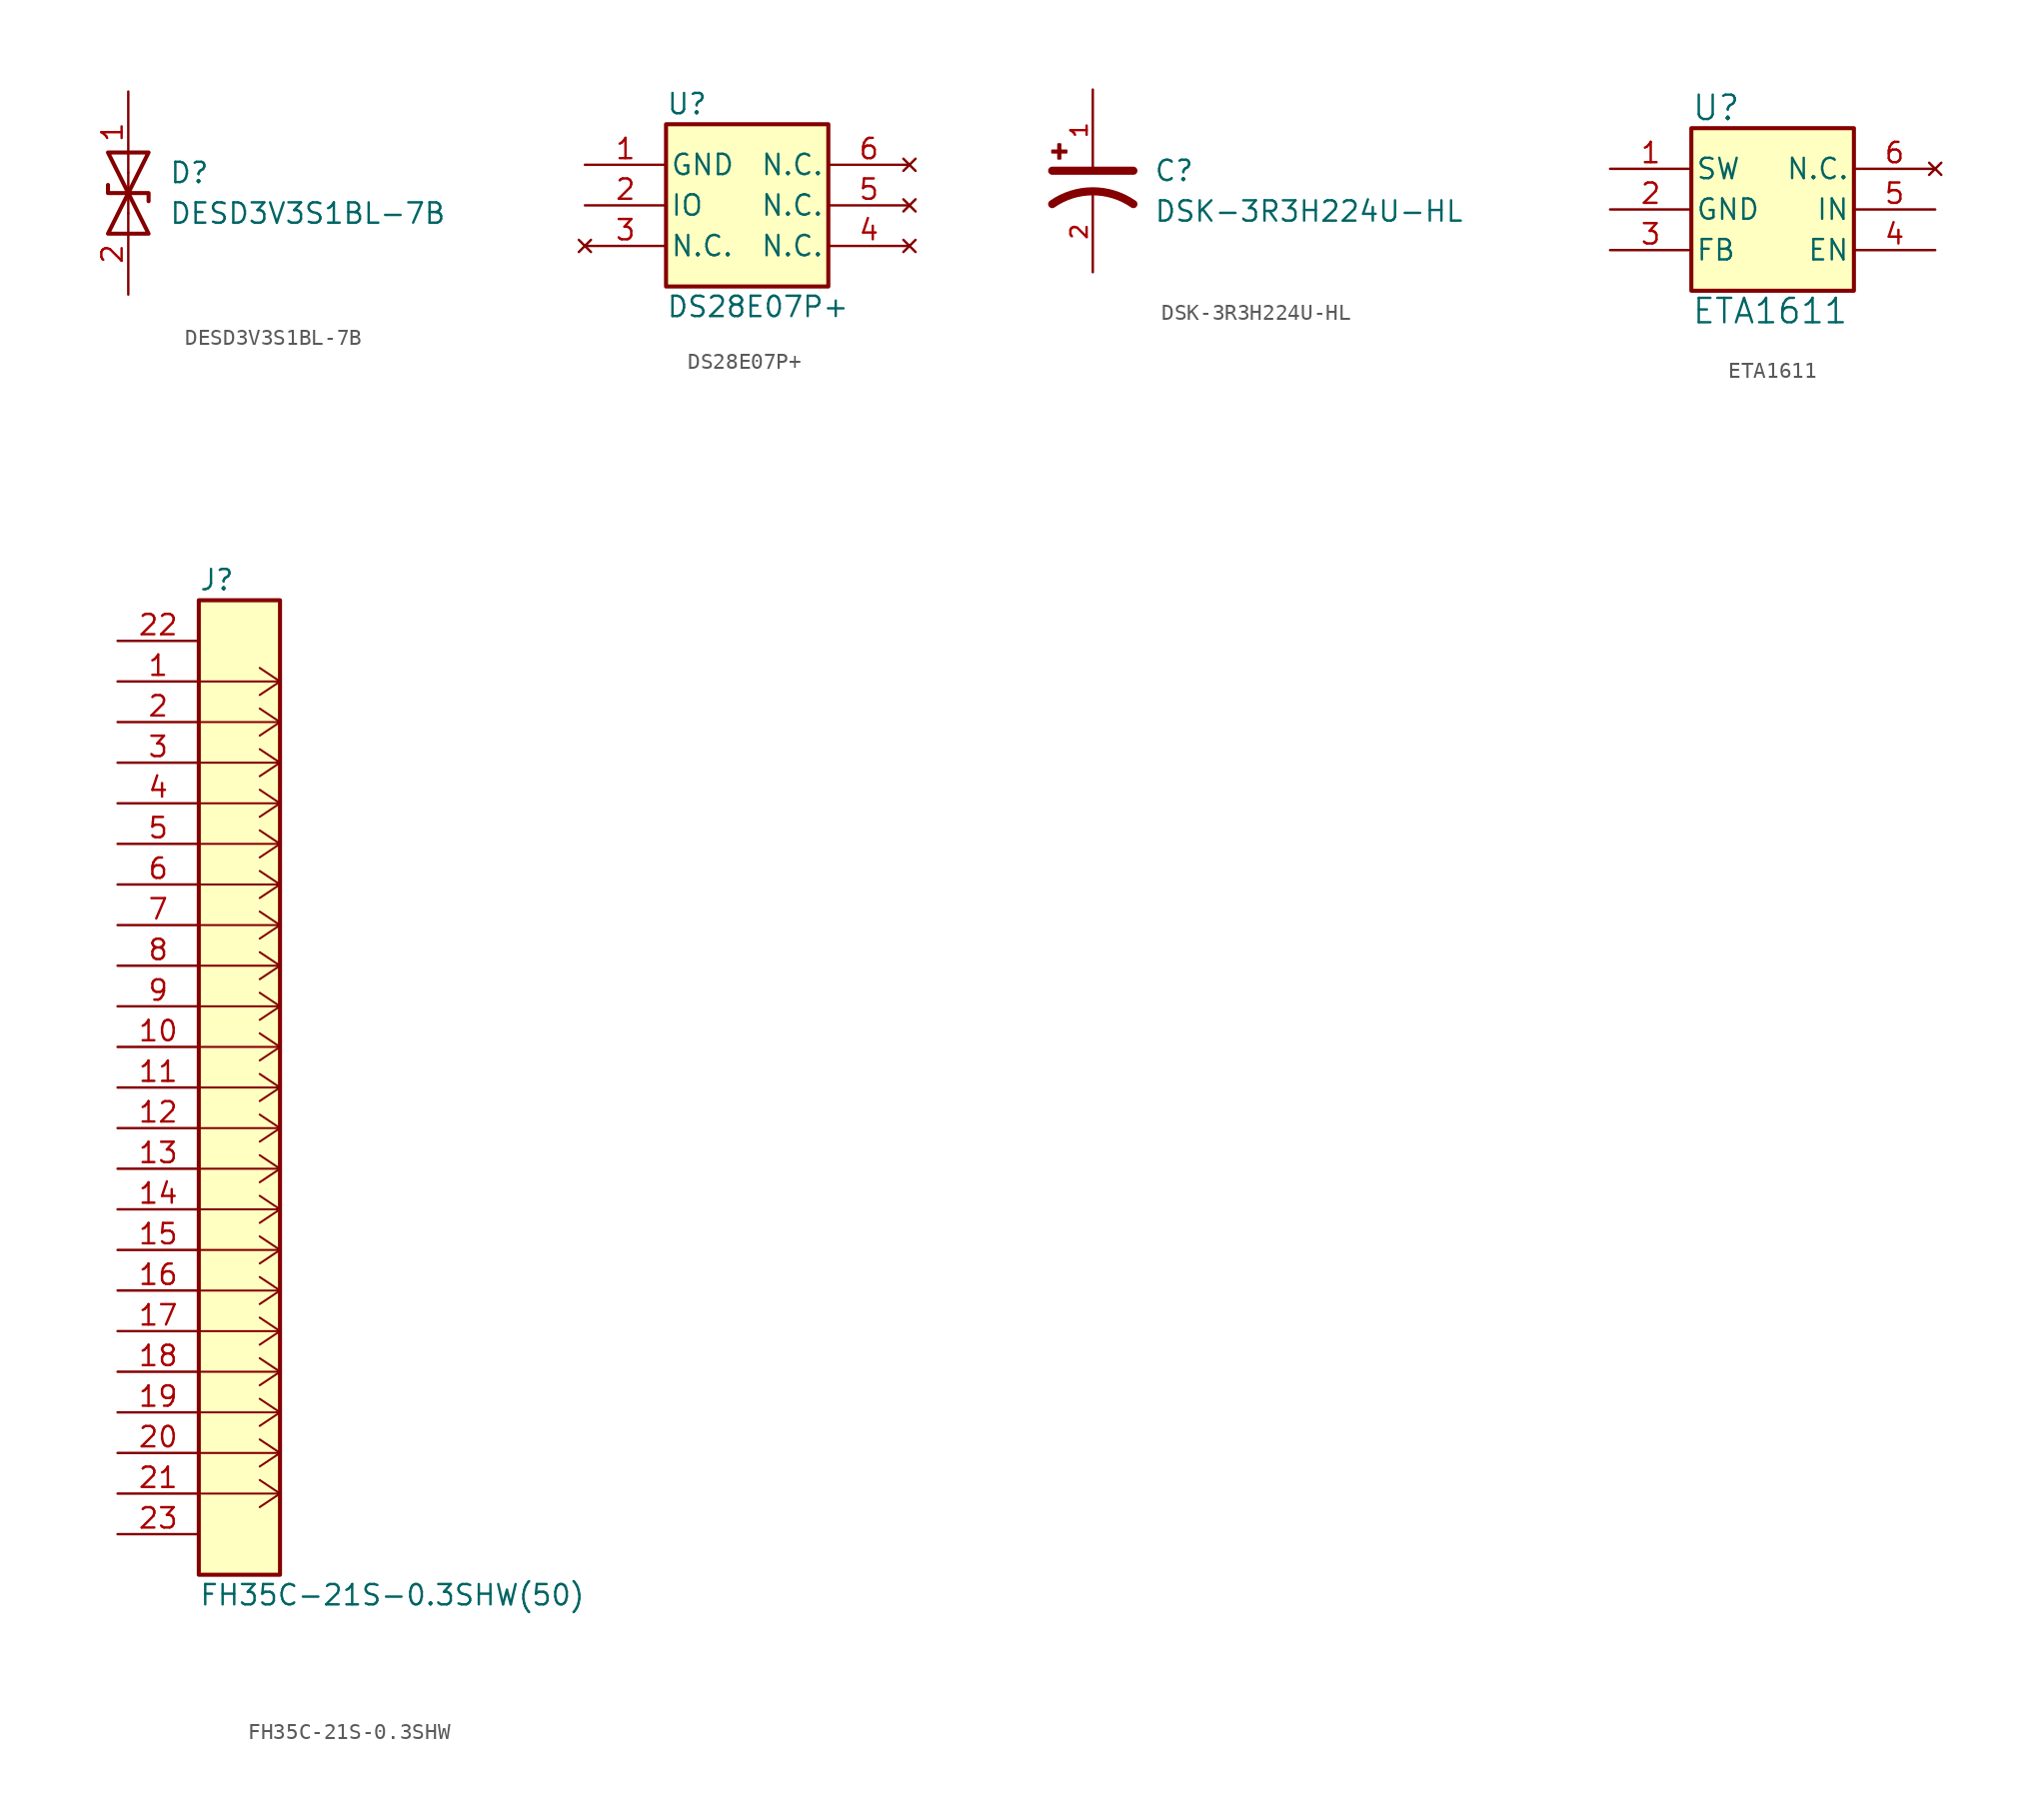
<source format=kicad_sym>
(kicad_symbol_lib
  (version 20231120)
  (generator "kicad_symbol_editor")
  (generator_version "8.0")
  (symbol "DESD3V3S1BL-7B"
    (pin_names
      (offset 0.254))
    (property "Reference" "D"
      (at 2.54 1.27 0)
      (do_not_autoplace)
      (effects (font (size 1.27 1.27)) (justify left)))
    (property "Value" "DESD3V3S1BL-7B"
      (at 2.54 -1.27 0)
      (do_not_autoplace)
      (effects (font (size 1.27 1.27)) (justify left)))
    (symbol "DESD3V3S1BL-7B_0_1"
      (polyline (pts (xy 0 -1.27) (xy 0 1.27)) (stroke (width 0) (type default)) (fill (type none)))
      (polyline (pts (xy 1.27 -0.508) (xy 1.27 0) (xy -1.27 0) (xy -1.27 0.508)) (stroke (width 0.254) (type default)) (fill (type none)))
      (polyline (pts (xy 1.27 2.54) (xy -1.27 2.54) (xy 1.27 -2.54) (xy -1.27 -2.54) (xy 1.27 2.54)) (stroke (width 0.254) (type default)) (fill (type none))))
    (symbol "DESD3V3S1BL-7B_1_1"
      (pin unspecified line (at 0 6.35 270) (length 5.08) (name "~" (effects (font (size 1.27 1.27)))) (number "1" (effects (font (size 1.27 1.27)))))
      (pin unspecified line (at 0 -6.35 90) (length 5.08) (name "~" (effects (font (size 1.27 1.27)))) (number "2" (effects (font (size 1.27 1.27)))))))
  (symbol "DS28E07P+"
    (pin_names
      (offset 0.254))
    (property "Reference" "U"
      (at 0 1.27 0)
      (do_not_autoplace)
      (effects (font (size 1.27 1.27)) (justify left)))
    (property "Value" "DS28E07P+"
      (at 0 -11.43 0)
      (do_not_autoplace)
      (effects (font (size 1.27 1.27)) (justify left)))
    (symbol "DS28E07P+_0_1"
      (rectangle (start 0 0) (end 10.16 -10.16) (stroke (width 0.254) (type default)) (fill (type background))))
    (symbol "DS28E07P+_1_1"
      (pin unspecified line (at -5.08 -2.54 0) (length 5.08) (name "GND" (effects (font (size 1.27 1.27)))) (number "1" (effects (font (size 1.27 1.27)))))
      (pin unspecified line (at -5.08 -5.08 0) (length 5.08) (name "IO" (effects (font (size 1.27 1.27)))) (number "2" (effects (font (size 1.27 1.27)))))
      (pin no_connect line (at -5.08 -7.62 0) (length 5.08) (name "N.C." (effects (font (size 1.27 1.27)))) (number "3" (effects (font (size 1.27 1.27)))))
      (pin no_connect line (at 15.24 -7.62 180) (length 5.08) (name "N.C." (effects (font (size 1.27 1.27)))) (number "4" (effects (font (size 1.27 1.27)))))
      (pin no_connect line (at 15.24 -5.08 180) (length 5.08) (name "N.C." (effects (font (size 1.27 1.27)))) (number "5" (effects (font (size 1.27 1.27)))))
      (pin no_connect line (at 15.24 -2.54 180) (length 5.08) (name "N.C." (effects (font (size 1.27 1.27)))) (number "6" (effects (font (size 1.27 1.27)))))))
  (symbol "DSK-3R3H224U-HL"
    (pin_names
      (offset 1.016))
    (property "Reference" "C"
      (at 3.81 1.27 0)
      (effects (font (size 1.27 1.27)) (justify left)))
    (property "Value" "DSK-3R3H224U-HL"
      (at 3.81 -1.27 0)
      (effects (font (size 1.27 1.27)) (justify left)))
    (symbol "DSK-3R3H224U-HL_0_0"
      (rectangle (start -2.54 2.54) (end -1.647 2.406) (stroke (width 0.127) (type default)) (fill (type outline)))
      (rectangle (start -2.163 2.935) (end -2.028 2.025) (stroke (width 0.127) (type default)) (fill (type outline))))
    (symbol "DSK-3R3H224U-HL_0_1"
      (polyline (pts (xy -2.54 1.27) (xy 2.54 1.27)) (stroke (width 0.508) (type default)) (fill (type none))))
    (symbol "DSK-3R3H224U-HL_1_0"
      (arc (start 2.54 -0.8177) (mid 0 -0.0168) (end -2.54 -0.8177) (stroke (width 0.508) (type default)) (fill (type none)))
      (pin passive line (at 0 6.35 270) (length 5.08) (name "~" (effects (font (size 1.016 1.016)))) (number "1" (effects (font (size 1.016 1.016)))))
      (pin passive line (at 0 -5.08 90) (length 5.08) (name "~" (effects (font (size 1.016 1.016)))) (number "2" (effects (font (size 1.016 1.016)))))))
  (symbol "ETA1611"
    (pin_names
      (offset 0.254))
    (property "Reference" "U"
      (at 0 1.27 0)
      (do_not_autoplace)
      (effects (font (size 1.524 1.524)) (justify left)))
    (property "Value" "ETA1611"
      (at 0 -11.43 0)
      (do_not_autoplace)
      (effects (font (size 1.524 1.524)) (justify left)))
    (symbol "ETA1611_0_1"
      (rectangle (start 0 0) (end 10.16 -10.16) (stroke (width 0.254) (type default)) (fill (type background))))
    (symbol "ETA1611_1_1"
      (pin unspecified line (at -5.08 -2.54 0) (length 5.08) (name "SW" (effects (font (size 1.27 1.27)))) (number "1" (effects (font (size 1.27 1.27)))))
      (pin unspecified line (at -5.08 -5.08 0) (length 5.08) (name "GND" (effects (font (size 1.27 1.27)))) (number "2" (effects (font (size 1.27 1.27)))))
      (pin unspecified line (at -5.08 -7.62 0) (length 5.08) (name "FB" (effects (font (size 1.27 1.27)))) (number "3" (effects (font (size 1.27 1.27)))))
      (pin unspecified line (at 15.24 -7.62 180) (length 5.08) (name "EN" (effects (font (size 1.27 1.27)))) (number "4" (effects (font (size 1.27 1.27)))))
      (pin unspecified line (at 15.24 -5.08 180) (length 5.08) (name "IN" (effects (font (size 1.27 1.27)))) (number "5" (effects (font (size 1.27 1.27)))))
      (pin no_connect line (at 15.24 -2.54 180) (length 5.08) (name "N.C." (effects (font (size 1.27 1.27)))) (number "6" (effects (font (size 1.27 1.27)))))))
  (symbol "FH35C-21S-0.3SHW"
    (property "Reference" "J"
      (at 0 1.27 0)
      (do_not_autoplace)
      (effects (font (size 1.27 1.27)) (justify left)))
    (property "Value" "FH35C-21S-0.3SHW(50)"
      (at 0 -62.23 0)
      (do_not_autoplace)
      (effects (font (size 1.27 1.27)) (justify left)))
    (symbol "FH35C-21S-0.3SHW_0_1"
      (rectangle (start 0 0) (end 5.08 -60.96) (stroke (width 0.254) (type default)) (fill (type background))))
    (symbol "FH35C-21S-0.3SHW_1_1"
      (polyline (pts (xy 5.08 -55.88) (xy 0 -55.88)) (stroke (width 0.127) (type default)) (fill (type none)))
      (polyline (pts (xy 5.08 -55.88) (xy 3.81 -56.727)) (stroke (width 0.127) (type default)) (fill (type none)))
      (polyline (pts (xy 5.08 -55.88) (xy 3.81 -55.033)) (stroke (width 0.127) (type default)) (fill (type none)))
      (polyline (pts (xy 5.08 -53.34) (xy 0 -53.34)) (stroke (width 0.127) (type default)) (fill (type none)))
      (polyline (pts (xy 5.08 -53.34) (xy 3.81 -54.187)) (stroke (width 0.127) (type default)) (fill (type none)))
      (polyline (pts (xy 5.08 -53.34) (xy 3.81 -52.493)) (stroke (width 0.127) (type default)) (fill (type none)))
      (polyline (pts (xy 5.08 -50.8) (xy 0 -50.8)) (stroke (width 0.127) (type default)) (fill (type none)))
      (polyline (pts (xy 5.08 -50.8) (xy 3.81 -51.647)) (stroke (width 0.127) (type default)) (fill (type none)))
      (polyline (pts (xy 5.08 -50.8) (xy 3.81 -49.953)) (stroke (width 0.127) (type default)) (fill (type none)))
      (polyline (pts (xy 5.08 -48.26) (xy 0 -48.26)) (stroke (width 0.127) (type default)) (fill (type none)))
      (polyline (pts (xy 5.08 -48.26) (xy 3.81 -49.107)) (stroke (width 0.127) (type default)) (fill (type none)))
      (polyline (pts (xy 5.08 -48.26) (xy 3.81 -47.413)) (stroke (width 0.127) (type default)) (fill (type none)))
      (polyline (pts (xy 5.08 -45.72) (xy 0 -45.72)) (stroke (width 0.127) (type default)) (fill (type none)))
      (polyline (pts (xy 5.08 -45.72) (xy 3.81 -46.567)) (stroke (width 0.127) (type default)) (fill (type none)))
      (polyline (pts (xy 5.08 -45.72) (xy 3.81 -44.873)) (stroke (width 0.127) (type default)) (fill (type none)))
      (polyline (pts (xy 5.08 -43.18) (xy 0 -43.18)) (stroke (width 0.127) (type default)) (fill (type none)))
      (polyline (pts (xy 5.08 -43.18) (xy 3.81 -44.027)) (stroke (width 0.127) (type default)) (fill (type none)))
      (polyline (pts (xy 5.08 -43.18) (xy 3.81 -42.333)) (stroke (width 0.127) (type default)) (fill (type none)))
      (polyline (pts (xy 5.08 -40.64) (xy 0 -40.64)) (stroke (width 0.127) (type default)) (fill (type none)))
      (polyline (pts (xy 5.08 -40.64) (xy 3.81 -41.487)) (stroke (width 0.127) (type default)) (fill (type none)))
      (polyline (pts (xy 5.08 -40.64) (xy 3.81 -39.793)) (stroke (width 0.127) (type default)) (fill (type none)))
      (polyline (pts (xy 5.08 -38.1) (xy 0 -38.1)) (stroke (width 0.127) (type default)) (fill (type none)))
      (polyline (pts (xy 5.08 -38.1) (xy 3.81 -38.947)) (stroke (width 0.127) (type default)) (fill (type none)))
      (polyline (pts (xy 5.08 -38.1) (xy 3.81 -37.253)) (stroke (width 0.127) (type default)) (fill (type none)))
      (polyline (pts (xy 5.08 -35.56) (xy 0 -35.56)) (stroke (width 0.127) (type default)) (fill (type none)))
      (polyline (pts (xy 5.08 -35.56) (xy 3.81 -36.407)) (stroke (width 0.127) (type default)) (fill (type none)))
      (polyline (pts (xy 5.08 -35.56) (xy 3.81 -34.713)) (stroke (width 0.127) (type default)) (fill (type none)))
      (polyline (pts (xy 5.08 -33.02) (xy 0 -33.02)) (stroke (width 0.127) (type default)) (fill (type none)))
      (polyline (pts (xy 5.08 -33.02) (xy 3.81 -33.867)) (stroke (width 0.127) (type default)) (fill (type none)))
      (polyline (pts (xy 5.08 -33.02) (xy 3.81 -32.173)) (stroke (width 0.127) (type default)) (fill (type none)))
      (polyline (pts (xy 5.08 -30.48) (xy 0 -30.48)) (stroke (width 0.127) (type default)) (fill (type none)))
      (polyline (pts (xy 5.08 -30.48) (xy 3.81 -31.327)) (stroke (width 0.127) (type default)) (fill (type none)))
      (polyline (pts (xy 5.08 -30.48) (xy 3.81 -29.633)) (stroke (width 0.127) (type default)) (fill (type none)))
      (polyline (pts (xy 5.08 -27.94) (xy 0 -27.94)) (stroke (width 0.127) (type default)) (fill (type none)))
      (polyline (pts (xy 5.08 -27.94) (xy 3.81 -28.787)) (stroke (width 0.127) (type default)) (fill (type none)))
      (polyline (pts (xy 5.08 -27.94) (xy 3.81 -27.093)) (stroke (width 0.127) (type default)) (fill (type none)))
      (polyline (pts (xy 5.08 -25.4) (xy 0 -25.4)) (stroke (width 0.127) (type default)) (fill (type none)))
      (polyline (pts (xy 5.08 -25.4) (xy 3.81 -26.247)) (stroke (width 0.127) (type default)) (fill (type none)))
      (polyline (pts (xy 5.08 -25.4) (xy 3.81 -24.553)) (stroke (width 0.127) (type default)) (fill (type none)))
      (polyline (pts (xy 5.08 -22.86) (xy 0 -22.86)) (stroke (width 0.127) (type default)) (fill (type none)))
      (polyline (pts (xy 5.08 -22.86) (xy 3.81 -23.707)) (stroke (width 0.127) (type default)) (fill (type none)))
      (polyline (pts (xy 5.08 -22.86) (xy 3.81 -22.013)) (stroke (width 0.127) (type default)) (fill (type none)))
      (polyline (pts (xy 5.08 -20.32) (xy 0 -20.32)) (stroke (width 0.127) (type default)) (fill (type none)))
      (polyline (pts (xy 5.08 -20.32) (xy 3.81 -21.167)) (stroke (width 0.127) (type default)) (fill (type none)))
      (polyline (pts (xy 5.08 -20.32) (xy 3.81 -19.473)) (stroke (width 0.127) (type default)) (fill (type none)))
      (polyline (pts (xy 5.08 -17.78) (xy 0 -17.78)) (stroke (width 0.127) (type default)) (fill (type none)))
      (polyline (pts (xy 5.08 -17.78) (xy 3.81 -18.627)) (stroke (width 0.127) (type default)) (fill (type none)))
      (polyline (pts (xy 5.08 -17.78) (xy 3.81 -16.933)) (stroke (width 0.127) (type default)) (fill (type none)))
      (polyline (pts (xy 5.08 -15.24) (xy 0 -15.24)) (stroke (width 0.127) (type default)) (fill (type none)))
      (polyline (pts (xy 5.08 -15.24) (xy 3.81 -16.087)) (stroke (width 0.127) (type default)) (fill (type none)))
      (polyline (pts (xy 5.08 -15.24) (xy 3.81 -14.393)) (stroke (width 0.127) (type default)) (fill (type none)))
      (polyline (pts (xy 5.08 -12.7) (xy 0 -12.7)) (stroke (width 0.127) (type default)) (fill (type none)))
      (polyline (pts (xy 5.08 -12.7) (xy 3.81 -13.547)) (stroke (width 0.127) (type default)) (fill (type none)))
      (polyline (pts (xy 5.08 -12.7) (xy 3.81 -11.853)) (stroke (width 0.127) (type default)) (fill (type none)))
      (polyline (pts (xy 5.08 -10.16) (xy 0 -10.16)) (stroke (width 0.127) (type default)) (fill (type none)))
      (polyline (pts (xy 5.08 -10.16) (xy 3.81 -11.007)) (stroke (width 0.127) (type default)) (fill (type none)))
      (polyline (pts (xy 5.08 -10.16) (xy 3.81 -9.313)) (stroke (width 0.127) (type default)) (fill (type none)))
      (polyline (pts (xy 5.08 -7.62) (xy 0 -7.62)) (stroke (width 0.127) (type default)) (fill (type none)))
      (polyline (pts (xy 5.08 -7.62) (xy 3.81 -8.467)) (stroke (width 0.127) (type default)) (fill (type none)))
      (polyline (pts (xy 5.08 -7.62) (xy 3.81 -6.773)) (stroke (width 0.127) (type default)) (fill (type none)))
      (polyline (pts (xy 5.08 -5.08) (xy 0 -5.08)) (stroke (width 0.127) (type default)) (fill (type none)))
      (polyline (pts (xy 5.08 -5.08) (xy 3.81 -5.927)) (stroke (width 0.127) (type default)) (fill (type none)))
      (polyline (pts (xy 5.08 -5.08) (xy 3.81 -4.233)) (stroke (width 0.127) (type default)) (fill (type none)))
      (pin unspecified line (at -5.08 -5.08 0) (length 5.08) (name "" (effects (font (size 1.27 1.27)))) (number "1" (effects (font (size 1.27 1.27)))))
      (pin unspecified line (at -5.08 -27.94 0) (length 5.08) (name "" (effects (font (size 1.27 1.27)))) (number "10" (effects (font (size 1.27 1.27)))))
      (pin unspecified line (at -5.08 -30.48 0) (length 5.08) (name "" (effects (font (size 1.27 1.27)))) (number "11" (effects (font (size 1.27 1.27)))))
      (pin unspecified line (at -5.08 -33.02 0) (length 5.08) (name "" (effects (font (size 1.27 1.27)))) (number "12" (effects (font (size 1.27 1.27)))))
      (pin unspecified line (at -5.08 -35.56 0) (length 5.08) (name "" (effects (font (size 1.27 1.27)))) (number "13" (effects (font (size 1.27 1.27)))))
      (pin unspecified line (at -5.08 -38.1 0) (length 5.08) (name "" (effects (font (size 1.27 1.27)))) (number "14" (effects (font (size 1.27 1.27)))))
      (pin unspecified line (at -5.08 -40.64 0) (length 5.08) (name "" (effects (font (size 1.27 1.27)))) (number "15" (effects (font (size 1.27 1.27)))))
      (pin unspecified line (at -5.08 -43.18 0) (length 5.08) (name "" (effects (font (size 1.27 1.27)))) (number "16" (effects (font (size 1.27 1.27)))))
      (pin unspecified line (at -5.08 -45.72 0) (length 5.08) (name "" (effects (font (size 1.27 1.27)))) (number "17" (effects (font (size 1.27 1.27)))))
      (pin unspecified line (at -5.08 -48.26 0) (length 5.08) (name "" (effects (font (size 1.27 1.27)))) (number "18" (effects (font (size 1.27 1.27)))))
      (pin unspecified line (at -5.08 -50.8 0) (length 5.08) (name "" (effects (font (size 1.27 1.27)))) (number "19" (effects (font (size 1.27 1.27)))))
      (pin unspecified line (at -5.08 -7.62 0) (length 5.08) (name "" (effects (font (size 1.27 1.27)))) (number "2" (effects (font (size 1.27 1.27)))))
      (pin unspecified line (at -5.08 -53.34 0) (length 5.08) (name "" (effects (font (size 1.27 1.27)))) (number "20" (effects (font (size 1.27 1.27)))))
      (pin unspecified line (at -5.08 -55.88 0) (length 5.08) (name "" (effects (font (size 1.27 1.27)))) (number "21" (effects (font (size 1.27 1.27)))))
      (pin unspecified line (at -5.08 -2.54 0) (length 5.08) (name "" (effects (font (size 1.27 1.27)))) (number "22" (effects (font (size 1.27 1.27)))))
      (pin unspecified line (at -5.08 -58.42 0) (length 5.08) (name "" (effects (font (size 1.27 1.27)))) (number "23" (effects (font (size 1.27 1.27)))))
      (pin unspecified line (at -5.08 -10.16 0) (length 5.08) (name "" (effects (font (size 1.27 1.27)))) (number "3" (effects (font (size 1.27 1.27)))))
      (pin unspecified line (at -5.08 -12.7 0) (length 5.08) (name "" (effects (font (size 1.27 1.27)))) (number "4" (effects (font (size 1.27 1.27)))))
      (pin unspecified line (at -5.08 -15.24 0) (length 5.08) (name "" (effects (font (size 1.27 1.27)))) (number "5" (effects (font (size 1.27 1.27)))))
      (pin unspecified line (at -5.08 -17.78 0) (length 5.08) (name "" (effects (font (size 1.27 1.27)))) (number "6" (effects (font (size 1.27 1.27)))))
      (pin unspecified line (at -5.08 -20.32 0) (length 5.08) (name "" (effects (font (size 1.27 1.27)))) (number "7" (effects (font (size 1.27 1.27)))))
      (pin unspecified line (at -5.08 -22.86 0) (length 5.08) (name "" (effects (font (size 1.27 1.27)))) (number "8" (effects (font (size 1.27 1.27)))))
      (pin unspecified line (at -5.08 -25.4 0) (length 5.08) (name "" (effects (font (size 1.27 1.27)))) (number "9" (effects (font (size 1.27 1.27))))))))
</source>
